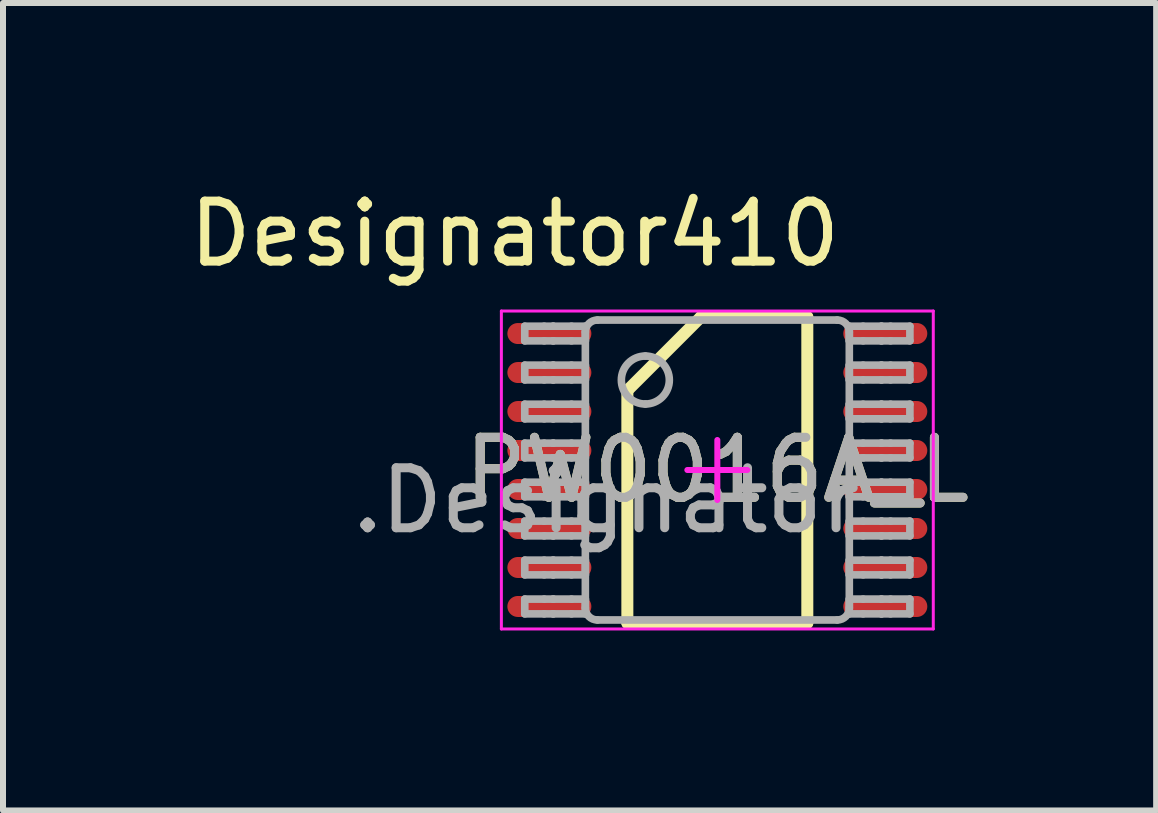
<source format=kicad_pcb>
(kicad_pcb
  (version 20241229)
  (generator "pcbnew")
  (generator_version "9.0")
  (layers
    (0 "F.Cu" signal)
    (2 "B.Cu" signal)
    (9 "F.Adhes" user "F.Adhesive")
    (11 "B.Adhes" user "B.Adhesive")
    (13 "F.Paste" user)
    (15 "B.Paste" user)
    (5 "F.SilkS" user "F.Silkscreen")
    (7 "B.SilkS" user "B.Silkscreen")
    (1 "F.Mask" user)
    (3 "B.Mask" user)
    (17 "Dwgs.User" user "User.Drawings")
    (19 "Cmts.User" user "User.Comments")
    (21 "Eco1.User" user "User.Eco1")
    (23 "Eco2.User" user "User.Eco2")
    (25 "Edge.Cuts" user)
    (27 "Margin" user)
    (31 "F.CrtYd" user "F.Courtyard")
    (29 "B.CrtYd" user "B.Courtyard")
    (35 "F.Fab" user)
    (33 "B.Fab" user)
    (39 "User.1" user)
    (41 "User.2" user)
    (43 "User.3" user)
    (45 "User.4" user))
  (footprint "PW0016A_L"
    (layer "F.Cu")
    (at 8.908 4.785)
    (property "Reference" "PW0016A_L" (at 0 0 0) (unlocked yes) (layer "F.SilkS") (effects (font (size 1 1) (thickness 0.15))))
    (attr smd)
    (fp_line (start -1.5 -1.325) (end -0.275 -2.55) (stroke (width 0.2) (type solid)) (layer "F.SilkS"))
    (fp_line (start -1.5 2.55) (end -1.5 -1.325) (stroke (width 0.2) (type solid)) (layer "F.SilkS"))
    (fp_line (start -1.5 2.55) (end 1.5 2.55) (stroke (width 0.2) (type solid)) (layer "F.SilkS"))
    (fp_line (start -0.275 -2.55) (end 1.5 -2.55) (stroke (width 0.2) (type solid)) (layer "F.SilkS"))
    (fp_line (start 1.5 2.55) (end 1.5 -2.55) (stroke (width 0.2) (type solid)) (layer "F.SilkS"))
    (fp_line (start -3.6 -2.65) (end 3.6 -2.65) (stroke (width 0.05) (type solid)) (layer "F.CrtYd"))
    (fp_line (start -3.6 2.65) (end -3.6 -2.65) (stroke (width 0.05) (type solid)) (layer "F.CrtYd"))
    (fp_line (start -3.6 2.65) (end 3.6 2.65) (stroke (width 0.05) (type solid)) (layer "F.CrtYd"))
    (fp_line (start -0.5 -0.000003) (end 0.5 -0.000003) (stroke (width 0.1) (type solid)) (layer "F.CrtYd"))
    (fp_line (start 0 0.5) (end 0 -0.5) (stroke (width 0.1) (type solid)) (layer "F.CrtYd"))
    (fp_line (start 3.6 2.65) (end 3.6 -2.65) (stroke (width 0.05) (type solid)) (layer "F.CrtYd"))
    (fp_line (start -3.21 -2.397) (end -2.887 -2.397) (stroke (width 0.127) (type solid)) (layer "F.Fab"))
    (fp_line (start -3.21 -2.153) (end -3.21 -2.397) (stroke (width 0.127) (type solid)) (layer "F.Fab"))
    (fp_line (start -3.21 -2.153) (end -2.887 -2.153) (stroke (width 0.127) (type solid)) (layer "F.Fab"))
    (fp_line (start -3.21 -1.748) (end -2.887 -1.748) (stroke (width 0.127) (type solid)) (layer "F.Fab"))
    (fp_line (start -3.21 -1.502) (end -3.21 -1.748) (stroke (width 0.127) (type solid)) (layer "F.Fab"))
    (fp_line (start -3.21 -1.502) (end -2.887 -1.502) (stroke (width 0.127) (type solid)) (layer "F.Fab"))
    (fp_line (start -3.21 -1.097) (end -2.887 -1.097) (stroke (width 0.127) (type solid)) (layer "F.Fab"))
    (fp_line (start -3.21 -0.853) (end -3.21 -1.097) (stroke (width 0.127) (type solid)) (layer "F.Fab"))
    (fp_line (start -3.21 -0.853) (end -2.887 -0.853) (stroke (width 0.127) (type solid)) (layer "F.Fab"))
    (fp_line (start -3.21 -0.448) (end -2.887 -0.448) (stroke (width 0.127) (type solid)) (layer "F.Fab"))
    (fp_line (start -3.21 -0.202) (end -3.21 -0.448) (stroke (width 0.127) (type solid)) (layer "F.Fab"))
    (fp_line (start -3.21 -0.202) (end -2.887 -0.202) (stroke (width 0.127) (type solid)) (layer "F.Fab"))
    (fp_line (start -3.21 0.203) (end -2.887 0.203) (stroke (width 0.127) (type solid)) (layer "F.Fab"))
    (fp_line (start -3.21 0.447) (end -3.21 0.203) (stroke (width 0.127) (type solid)) (layer "F.Fab"))
    (fp_line (start -3.21 0.447) (end -2.887 0.447) (stroke (width 0.127) (type solid)) (layer "F.Fab"))
    (fp_line (start -3.21 0.852) (end -2.887 0.852) (stroke (width 0.127) (type solid)) (layer "F.Fab"))
    (fp_line (start -3.21 1.098) (end -3.21 0.852) (stroke (width 0.127) (type solid)) (layer "F.Fab"))
    (fp_line (start -3.21 1.098) (end -2.887 1.098) (stroke (width 0.127) (type solid)) (layer "F.Fab"))
    (fp_line (start -3.21 1.503) (end -2.887 1.503) (stroke (width 0.127) (type solid)) (layer "F.Fab"))
    (fp_line (start -3.21 1.748) (end -3.21 1.503) (stroke (width 0.127) (type solid)) (layer "F.Fab"))
    (fp_line (start -3.21 1.748) (end -2.887 1.748) (stroke (width 0.127) (type solid)) (layer "F.Fab"))
    (fp_line (start -3.21 2.152) (end -2.887 2.152) (stroke (width 0.127) (type solid)) (layer "F.Fab"))
    (fp_line (start -3.21 2.398) (end -3.21 2.152) (stroke (width 0.127) (type solid)) (layer "F.Fab"))
    (fp_line (start -3.21 2.398) (end -2.887 2.398) (stroke (width 0.127) (type solid)) (layer "F.Fab"))
    (fp_line (start -2.887 -2.397) (end -2.739 -2.397) (stroke (width 0.127) (type solid)) (layer "F.Fab"))
    (fp_line (start -2.887 -2.153) (end -2.739 -2.153) (stroke (width 0.127) (type solid)) (layer "F.Fab"))
    (fp_line (start -2.887 -1.748) (end -2.739 -1.748) (stroke (width 0.127) (type solid)) (layer "F.Fab"))
    (fp_line (start -2.887 -1.502) (end -2.739 -1.502) (stroke (width 0.127) (type solid)) (layer "F.Fab"))
    (fp_line (start -2.887 -1.097) (end -2.739 -1.097) (stroke (width 0.127) (type solid)) (layer "F.Fab"))
    (fp_line (start -2.887 -0.853) (end -2.739 -0.853) (stroke (width 0.127) (type solid)) (layer "F.Fab"))
    (fp_line (start -2.887 -0.448) (end -2.739 -0.448) (stroke (width 0.127) (type solid)) (layer "F.Fab"))
    (fp_line (start -2.887 -0.202) (end -2.739 -0.202) (stroke (width 0.127) (type solid)) (layer "F.Fab"))
    (fp_line (start -2.887 0.203) (end -2.739 0.203) (stroke (width 0.127) (type solid)) (layer "F.Fab"))
    (fp_line (start -2.887 0.447) (end -2.739 0.447) (stroke (width 0.127) (type solid)) (layer "F.Fab"))
    (fp_line (start -2.887 0.852) (end -2.739 0.852) (stroke (width 0.127) (type solid)) (layer "F.Fab"))
    (fp_line (start -2.887 1.098) (end -2.739 1.098) (stroke (width 0.127) (type solid)) (layer "F.Fab"))
    (fp_line (start -2.887 1.503) (end -2.739 1.503) (stroke (width 0.127) (type solid)) (layer "F.Fab"))
    (fp_line (start -2.887 1.748) (end -2.739 1.748) (stroke (width 0.127) (type solid)) (layer "F.Fab"))
    (fp_line (start -2.887 2.152) (end -2.739 2.152) (stroke (width 0.127) (type solid)) (layer "F.Fab"))
    (fp_line (start -2.887 2.398) (end -2.739 2.398) (stroke (width 0.127) (type solid)) (layer "F.Fab"))
    (fp_line (start -2.739 -2.397) (end -2.733 -2.397) (stroke (width 0.127) (type solid)) (layer "F.Fab"))
    (fp_line (start -2.739 -2.153) (end -2.733 -2.153) (stroke (width 0.127) (type solid)) (layer "F.Fab"))
    (fp_line (start -2.739 -1.748) (end -2.733 -1.748) (stroke (width 0.127) (type solid)) (layer "F.Fab"))
    (fp_line (start -2.739 -1.502) (end -2.733 -1.502) (stroke (width 0.127) (type solid)) (layer "F.Fab"))
    (fp_line (start -2.739 -1.097) (end -2.733 -1.097) (stroke (width 0.127) (type solid)) (layer "F.Fab"))
    (fp_line (start -2.739 -0.853) (end -2.733 -0.853) (stroke (width 0.127) (type solid)) (layer "F.Fab"))
    (fp_line (start -2.739 -0.448) (end -2.733 -0.448) (stroke (width 0.127) (type solid)) (layer "F.Fab"))
    (fp_line (start -2.739 -0.202) (end -2.733 -0.202) (stroke (width 0.127) (type solid)) (layer "F.Fab"))
    (fp_line (start -2.739 0.203) (end -2.733 0.203) (stroke (width 0.127) (type solid)) (layer "F.Fab"))
    (fp_line (start -2.739 0.447) (end -2.733 0.447) (stroke (width 0.127) (type solid)) (layer "F.Fab"))
    (fp_line (start -2.739 0.852) (end -2.733 0.852) (stroke (width 0.127) (type solid)) (layer "F.Fab"))
    (fp_line (start -2.739 1.098) (end -2.733 1.098) (stroke (width 0.127) (type solid)) (layer "F.Fab"))
    (fp_line (start -2.739 1.503) (end -2.733 1.503) (stroke (width 0.127) (type solid)) (layer "F.Fab"))
    (fp_line (start -2.739 1.748) (end -2.733 1.748) (stroke (width 0.127) (type solid)) (layer "F.Fab"))
    (fp_line (start -2.739 2.152) (end -2.733 2.152) (stroke (width 0.127) (type solid)) (layer "F.Fab"))
    (fp_line (start -2.739 2.398) (end -2.733 2.398) (stroke (width 0.127) (type solid)) (layer "F.Fab"))
    (fp_line (start -2.733 -2.397) (end -2.431 -2.397) (stroke (width 0.127) (type solid)) (layer "F.Fab"))
    (fp_line (start -2.733 -2.153) (end -2.431 -2.153) (stroke (width 0.127) (type solid)) (layer "F.Fab"))
    (fp_line (start -2.733 -1.748) (end -2.431 -1.748) (stroke (width 0.127) (type solid)) (layer "F.Fab"))
    (fp_line (start -2.733 -1.502) (end -2.431 -1.502) (stroke (width 0.127) (type solid)) (layer "F.Fab"))
    (fp_line (start -2.733 -1.097) (end -2.431 -1.097) (stroke (width 0.127) (type solid)) (layer "F.Fab"))
    (fp_line (start -2.733 -0.853) (end -2.431 -0.853) (stroke (width 0.127) (type solid)) (layer "F.Fab"))
    (fp_line (start -2.733 -0.448) (end -2.431 -0.448) (stroke (width 0.127) (type solid)) (layer "F.Fab"))
    (fp_line (start -2.733 -0.202) (end -2.431 -0.202) (stroke (width 0.127) (type solid)) (layer "F.Fab"))
    (fp_line (start -2.733 0.203) (end -2.431 0.203) (stroke (width 0.127) (type solid)) (layer "F.Fab"))
    (fp_line (start -2.733 0.447) (end -2.431 0.447) (stroke (width 0.127) (type solid)) (layer "F.Fab"))
    (fp_line (start -2.733 0.852) (end -2.431 0.852) (stroke (width 0.127) (type solid)) (layer "F.Fab"))
    (fp_line (start -2.733 1.098) (end -2.431 1.098) (stroke (width 0.127) (type solid)) (layer "F.Fab"))
    (fp_line (start -2.733 1.503) (end -2.431 1.503) (stroke (width 0.127) (type solid)) (layer "F.Fab"))
    (fp_line (start -2.733 1.748) (end -2.431 1.748) (stroke (width 0.127) (type solid)) (layer "F.Fab"))
    (fp_line (start -2.733 2.152) (end -2.431 2.152) (stroke (width 0.127) (type solid)) (layer "F.Fab"))
    (fp_line (start -2.733 2.398) (end -2.431 2.398) (stroke (width 0.127) (type solid)) (layer "F.Fab"))
    (fp_line (start -2.431 -2.397) (end -2.2 -2.397) (stroke (width 0.127) (type solid)) (layer "F.Fab"))
    (fp_line (start -2.431 -2.153) (end -2.2 -2.153) (stroke (width 0.127) (type solid)) (layer "F.Fab"))
    (fp_line (start -2.431 -1.748) (end -2.2 -1.748) (stroke (width 0.127) (type solid)) (layer "F.Fab"))
    (fp_line (start -2.431 -1.502) (end -2.2 -1.502) (stroke (width 0.127) (type solid)) (layer "F.Fab"))
    (fp_line (start -2.431 -1.097) (end -2.2 -1.097) (stroke (width 0.127) (type solid)) (layer "F.Fab"))
    (fp_line (start -2.431 -0.853) (end -2.2 -0.853) (stroke (width 0.127) (type solid)) (layer "F.Fab"))
    (fp_line (start -2.431 -0.448) (end -2.2 -0.448) (stroke (width 0.127) (type solid)) (layer "F.Fab"))
    (fp_line (start -2.431 -0.202) (end -2.2 -0.202) (stroke (width 0.127) (type solid)) (layer "F.Fab"))
    (fp_line (start -2.431 0.203) (end -2.2 0.203) (stroke (width 0.127) (type solid)) (layer "F.Fab"))
    (fp_line (start -2.431 0.447) (end -2.2 0.447) (stroke (width 0.127) (type solid)) (layer "F.Fab"))
    (fp_line (start -2.431 0.852) (end -2.2 0.852) (stroke (width 0.127) (type solid)) (layer "F.Fab"))
    (fp_line (start -2.431 1.098) (end -2.2 1.098) (stroke (width 0.127) (type solid)) (layer "F.Fab"))
    (fp_line (start -2.431 1.503) (end -2.2 1.503) (stroke (width 0.127) (type solid)) (layer "F.Fab"))
    (fp_line (start -2.431 1.748) (end -2.2 1.748) (stroke (width 0.127) (type solid)) (layer "F.Fab"))
    (fp_line (start -2.431 2.152) (end -2.2 2.152) (stroke (width 0.127) (type solid)) (layer "F.Fab"))
    (fp_line (start -2.431 2.398) (end -2.2 2.398) (stroke (width 0.127) (type solid)) (layer "F.Fab"))
    (fp_line (start -2.2 -2.153) (end -2.2 -2.397) (stroke (width 0.127) (type solid)) (layer "F.Fab"))
    (fp_line (start -2.2 -1.502) (end -2.2 -1.748) (stroke (width 0.127) (type solid)) (layer "F.Fab"))
    (fp_line (start -2.2 -0.853) (end -2.2 -1.097) (stroke (width 0.127) (type solid)) (layer "F.Fab"))
    (fp_line (start -2.2 -0.202) (end -2.2 -0.448) (stroke (width 0.127) (type solid)) (layer "F.Fab"))
    (fp_line (start -2.2 0.447) (end -2.2 0.203) (stroke (width 0.127) (type solid)) (layer "F.Fab"))
    (fp_line (start -2.2 1.098) (end -2.2 0.852) (stroke (width 0.127) (type solid)) (layer "F.Fab"))
    (fp_line (start -2.2 1.748) (end -2.2 1.503) (stroke (width 0.127) (type solid)) (layer "F.Fab"))
    (fp_line (start -2.2 2.3) (end -2.2 -2.3) (stroke (width 0.127) (type solid)) (layer "F.Fab"))
    (fp_line (start -2.2 2.398) (end -2.2 2.152) (stroke (width 0.127) (type solid)) (layer "F.Fab"))
    (fp_line (start -2 -2.5) (end 2 -2.5) (stroke (width 0.127) (type solid)) (layer "F.Fab"))
    (fp_line (start -2 2.5) (end 2 2.5) (stroke (width 0.127) (type solid)) (layer "F.Fab"))
    (fp_line (start 2.2 -2.397) (end 2.43 -2.397) (stroke (width 0.127) (type solid)) (layer "F.Fab"))
    (fp_line (start 2.2 -2.153) (end 2.2 -2.397) (stroke (width 0.127) (type solid)) (layer "F.Fab"))
    (fp_line (start 2.2 -2.153) (end 2.43 -2.153) (stroke (width 0.127) (type solid)) (layer "F.Fab"))
    (fp_line (start 2.2 -1.748) (end 2.43 -1.748) (stroke (width 0.127) (type solid)) (layer "F.Fab"))
    (fp_line (start 2.2 -1.502) (end 2.2 -1.748) (stroke (width 0.127) (type solid)) (layer "F.Fab"))
    (fp_line (start 2.2 -1.502) (end 2.43 -1.502) (stroke (width 0.127) (type solid)) (layer "F.Fab"))
    (fp_line (start 2.2 -1.097) (end 2.43 -1.097) (stroke (width 0.127) (type solid)) (layer "F.Fab"))
    (fp_line (start 2.2 -0.853) (end 2.2 -1.097) (stroke (width 0.127) (type solid)) (layer "F.Fab"))
    (fp_line (start 2.2 -0.853) (end 2.43 -0.853) (stroke (width 0.127) (type solid)) (layer "F.Fab"))
    (fp_line (start 2.2 -0.448) (end 2.43 -0.448) (stroke (width 0.127) (type solid)) (layer "F.Fab"))
    (fp_line (start 2.2 -0.202) (end 2.2 -0.448) (stroke (width 0.127) (type solid)) (layer "F.Fab"))
    (fp_line (start 2.2 -0.202) (end 2.43 -0.202) (stroke (width 0.127) (type solid)) (layer "F.Fab"))
    (fp_line (start 2.2 0.203) (end 2.43 0.203) (stroke (width 0.127) (type solid)) (layer "F.Fab"))
    (fp_line (start 2.2 0.447) (end 2.2 0.203) (stroke (width 0.127) (type solid)) (layer "F.Fab"))
    (fp_line (start 2.2 0.447) (end 2.43 0.447) (stroke (width 0.127) (type solid)) (layer "F.Fab"))
    (fp_line (start 2.2 0.852) (end 2.43 0.852) (stroke (width 0.127) (type solid)) (layer "F.Fab"))
    (fp_line (start 2.2 1.098) (end 2.2 0.852) (stroke (width 0.127) (type solid)) (layer "F.Fab"))
    (fp_line (start 2.2 1.098) (end 2.43 1.098) (stroke (width 0.127) (type solid)) (layer "F.Fab"))
    (fp_line (start 2.2 1.503) (end 2.43 1.503) (stroke (width 0.127) (type solid)) (layer "F.Fab"))
    (fp_line (start 2.2 1.748) (end 2.2 1.503) (stroke (width 0.127) (type solid)) (layer "F.Fab"))
    (fp_line (start 2.2 1.748) (end 2.43 1.748) (stroke (width 0.127) (type solid)) (layer "F.Fab"))
    (fp_line (start 2.2 2.152) (end 2.43 2.152) (stroke (width 0.127) (type solid)) (layer "F.Fab"))
    (fp_line (start 2.2 2.3) (end 2.2 -2.3) (stroke (width 0.127) (type solid)) (layer "F.Fab"))
    (fp_line (start 2.2 2.398) (end 2.2 2.152) (stroke (width 0.127) (type solid)) (layer "F.Fab"))
    (fp_line (start 2.2 2.398) (end 2.43 2.398) (stroke (width 0.127) (type solid)) (layer "F.Fab"))
    (fp_line (start 2.43 -2.397) (end 2.733 -2.397) (stroke (width 0.127) (type solid)) (layer "F.Fab"))
    (fp_line (start 2.43 -2.153) (end 2.733 -2.153) (stroke (width 0.127) (type solid)) (layer "F.Fab"))
    (fp_line (start 2.43 -1.748) (end 2.733 -1.748) (stroke (width 0.127) (type solid)) (layer "F.Fab"))
    (fp_line (start 2.43 -1.502) (end 2.733 -1.502) (stroke (width 0.127) (type solid)) (layer "F.Fab"))
    (fp_line (start 2.43 -1.097) (end 2.733 -1.097) (stroke (width 0.127) (type solid)) (layer "F.Fab"))
    (fp_line (start 2.43 -0.853) (end 2.733 -0.853) (stroke (width 0.127) (type solid)) (layer "F.Fab"))
    (fp_line (start 2.43 -0.448) (end 2.733 -0.448) (stroke (width 0.127) (type solid)) (layer "F.Fab"))
    (fp_line (start 2.43 -0.202) (end 2.733 -0.202) (stroke (width 0.127) (type solid)) (layer "F.Fab"))
    (fp_line (start 2.43 0.203) (end 2.733 0.203) (stroke (width 0.127) (type solid)) (layer "F.Fab"))
    (fp_line (start 2.43 0.447) (end 2.733 0.447) (stroke (width 0.127) (type solid)) (layer "F.Fab"))
    (fp_line (start 2.43 0.852) (end 2.733 0.852) (stroke (width 0.127) (type solid)) (layer "F.Fab"))
    (fp_line (start 2.43 1.098) (end 2.733 1.098) (stroke (width 0.127) (type solid)) (layer "F.Fab"))
    (fp_line (start 2.43 1.503) (end 2.733 1.503) (stroke (width 0.127) (type solid)) (layer "F.Fab"))
    (fp_line (start 2.43 1.748) (end 2.733 1.748) (stroke (width 0.127) (type solid)) (layer "F.Fab"))
    (fp_line (start 2.43 2.152) (end 2.733 2.152) (stroke (width 0.127) (type solid)) (layer "F.Fab"))
    (fp_line (start 2.43 2.398) (end 2.733 2.398) (stroke (width 0.127) (type solid)) (layer "F.Fab"))
    (fp_line (start 2.733 -2.397) (end 2.739 -2.397) (stroke (width 0.127) (type solid)) (layer "F.Fab"))
    (fp_line (start 2.733 -2.153) (end 2.739 -2.153) (stroke (width 0.127) (type solid)) (layer "F.Fab"))
    (fp_line (start 2.733 -1.748) (end 2.739 -1.748) (stroke (width 0.127) (type solid)) (layer "F.Fab"))
    (fp_line (start 2.733 -1.502) (end 2.739 -1.502) (stroke (width 0.127) (type solid)) (layer "F.Fab"))
    (fp_line (start 2.733 -1.097) (end 2.739 -1.097) (stroke (width 0.127) (type solid)) (layer "F.Fab"))
    (fp_line (start 2.733 -0.853) (end 2.739 -0.853) (stroke (width 0.127) (type solid)) (layer "F.Fab"))
    (fp_line (start 2.733 -0.448) (end 2.739 -0.448) (stroke (width 0.127) (type solid)) (layer "F.Fab"))
    (fp_line (start 2.733 -0.202) (end 2.739 -0.202) (stroke (width 0.127) (type solid)) (layer "F.Fab"))
    (fp_line (start 2.733 0.203) (end 2.739 0.203) (stroke (width 0.127) (type solid)) (layer "F.Fab"))
    (fp_line (start 2.733 0.447) (end 2.739 0.447) (stroke (width 0.127) (type solid)) (layer "F.Fab"))
    (fp_line (start 2.733 0.852) (end 2.739 0.852) (stroke (width 0.127) (type solid)) (layer "F.Fab"))
    (fp_line (start 2.733 1.098) (end 2.739 1.098) (stroke (width 0.127) (type solid)) (layer "F.Fab"))
    (fp_line (start 2.733 1.503) (end 2.739 1.503) (stroke (width 0.127) (type solid)) (layer "F.Fab"))
    (fp_line (start 2.733 1.748) (end 2.739 1.748) (stroke (width 0.127) (type solid)) (layer "F.Fab"))
    (fp_line (start 2.733 2.152) (end 2.739 2.152) (stroke (width 0.127) (type solid)) (layer "F.Fab"))
    (fp_line (start 2.733 2.398) (end 2.739 2.398) (stroke (width 0.127) (type solid)) (layer "F.Fab"))
    (fp_line (start 2.739 -2.397) (end 2.887 -2.397) (stroke (width 0.127) (type solid)) (layer "F.Fab"))
    (fp_line (start 2.739 -2.153) (end 2.887 -2.153) (stroke (width 0.127) (type solid)) (layer "F.Fab"))
    (fp_line (start 2.739 -1.748) (end 2.887 -1.748) (stroke (width 0.127) (type solid)) (layer "F.Fab"))
    (fp_line (start 2.739 -1.502) (end 2.887 -1.502) (stroke (width 0.127) (type solid)) (layer "F.Fab"))
    (fp_line (start 2.739 -1.097) (end 2.887 -1.097) (stroke (width 0.127) (type solid)) (layer "F.Fab"))
    (fp_line (start 2.739 -0.853) (end 2.887 -0.853) (stroke (width 0.127) (type solid)) (layer "F.Fab"))
    (fp_line (start 2.739 -0.448) (end 2.887 -0.448) (stroke (width 0.127) (type solid)) (layer "F.Fab"))
    (fp_line (start 2.739 -0.202) (end 2.887 -0.202) (stroke (width 0.127) (type solid)) (layer "F.Fab"))
    (fp_line (start 2.739 0.203) (end 2.887 0.203) (stroke (width 0.127) (type solid)) (layer "F.Fab"))
    (fp_line (start 2.739 0.447) (end 2.887 0.447) (stroke (width 0.127) (type solid)) (layer "F.Fab"))
    (fp_line (start 2.739 0.852) (end 2.887 0.852) (stroke (width 0.127) (type solid)) (layer "F.Fab"))
    (fp_line (start 2.739 1.098) (end 2.887 1.098) (stroke (width 0.127) (type solid)) (layer "F.Fab"))
    (fp_line (start 2.739 1.503) (end 2.887 1.503) (stroke (width 0.127) (type solid)) (layer "F.Fab"))
    (fp_line (start 2.739 1.748) (end 2.887 1.748) (stroke (width 0.127) (type solid)) (layer "F.Fab"))
    (fp_line (start 2.739 2.152) (end 2.887 2.152) (stroke (width 0.127) (type solid)) (layer "F.Fab"))
    (fp_line (start 2.739 2.398) (end 2.887 2.398) (stroke (width 0.127) (type solid)) (layer "F.Fab"))
    (fp_line (start 2.887 -2.397) (end 3.21 -2.397) (stroke (width 0.127) (type solid)) (layer "F.Fab"))
    (fp_line (start 2.887 -2.153) (end 3.21 -2.153) (stroke (width 0.127) (type solid)) (layer "F.Fab"))
    (fp_line (start 2.887 -1.748) (end 3.21 -1.748) (stroke (width 0.127) (type solid)) (layer "F.Fab"))
    (fp_line (start 2.887 -1.502) (end 3.21 -1.502) (stroke (width 0.127) (type solid)) (layer "F.Fab"))
    (fp_line (start 2.887 -1.097) (end 3.21 -1.097) (stroke (width 0.127) (type solid)) (layer "F.Fab"))
    (fp_line (start 2.887 -0.853) (end 3.21 -0.853) (stroke (width 0.127) (type solid)) (layer "F.Fab"))
    (fp_line (start 2.887 -0.448) (end 3.21 -0.448) (stroke (width 0.127) (type solid)) (layer "F.Fab"))
    (fp_line (start 2.887 -0.202) (end 3.21 -0.202) (stroke (width 0.127) (type solid)) (layer "F.Fab"))
    (fp_line (start 2.887 0.203) (end 3.21 0.203) (stroke (width 0.127) (type solid)) (layer "F.Fab"))
    (fp_line (start 2.887 0.447) (end 3.21 0.447) (stroke (width 0.127) (type solid)) (layer "F.Fab"))
    (fp_line (start 2.887 0.852) (end 3.21 0.852) (stroke (width 0.127) (type solid)) (layer "F.Fab"))
    (fp_line (start 2.887 1.098) (end 3.21 1.098) (stroke (width 0.127) (type solid)) (layer "F.Fab"))
    (fp_line (start 2.887 1.503) (end 3.21 1.503) (stroke (width 0.127) (type solid)) (layer "F.Fab"))
    (fp_line (start 2.887 1.748) (end 3.21 1.748) (stroke (width 0.127) (type solid)) (layer "F.Fab"))
    (fp_line (start 2.887 2.152) (end 3.21 2.152) (stroke (width 0.127) (type solid)) (layer "F.Fab"))
    (fp_line (start 2.887 2.398) (end 3.21 2.398) (stroke (width 0.127) (type solid)) (layer "F.Fab"))
    (fp_line (start 3.21 -2.153) (end 3.21 -2.397) (stroke (width 0.127) (type solid)) (layer "F.Fab"))
    (fp_line (start 3.21 -1.502) (end 3.21 -1.748) (stroke (width 0.127) (type solid)) (layer "F.Fab"))
    (fp_line (start 3.21 -0.853) (end 3.21 -1.097) (stroke (width 0.127) (type solid)) (layer "F.Fab"))
    (fp_line (start 3.21 -0.202) (end 3.21 -0.448) (stroke (width 0.127) (type solid)) (layer "F.Fab"))
    (fp_line (start 3.21 0.447) (end 3.21 0.203) (stroke (width 0.127) (type solid)) (layer "F.Fab"))
    (fp_line (start 3.21 1.098) (end 3.21 0.852) (stroke (width 0.127) (type solid)) (layer "F.Fab"))
    (fp_line (start 3.21 1.748) (end 3.21 1.503) (stroke (width 0.127) (type solid)) (layer "F.Fab"))
    (fp_line (start 3.21 2.398) (end 3.21 2.152) (stroke (width 0.127) (type solid)) (layer "F.Fab"))
    (fp_arc (start -2.200001 -2.3) (mid -2.141422 -2.441421) (end -2.000001 -2.5) (stroke (width 0.127) (type solid)) (layer "F.Fab"))
    (fp_arc (start -2.000001 2.500015) (mid -2.141422 2.441437) (end -2.200001 2.300016) (stroke (width 0.127) (type solid)) (layer "F.Fab"))
    (fp_arc (start -1.200003 -1.900001) (mid -0.800003 -1.500002) (end -1.200003 -1.100003) (stroke (width 0.127) (type solid)) (layer "F.Fab"))
    (fp_arc (start -1.200003 -1.100003) (mid -1.600002 -1.500002) (end -1.200003 -1.900001) (stroke (width 0.127) (type solid)) (layer "F.Fab"))
    (fp_arc (start 1.999991 -2.5) (mid 2.141412 -2.441422) (end 2.199991 -2.3) (stroke (width 0.127) (type solid)) (layer "F.Fab"))
    (fp_arc (start 2.199991 2.300016) (mid 2.141412 2.441437) (end 1.999991 2.500015) (stroke (width 0.127) (type solid)) (layer "F.Fab"))
    (fp_text user "Designator410" (at -3.378 -3.937 0) (unlocked yes) (layer "F.SilkS") (effects (font (size 1 1) (thickness 0.15))))
    (fp_text user ".Designator" (at -1.854 0.508 0) (unlocked yes) (layer "F.Fab") (effects (font (size 1 1) (thickness 0.15))))
    (fp_text user "${REFERENCE}" (at 0 0 0) (unlocked yes) (layer "F.Fab") (effects (font (size 1 1) (thickness 0.15))))
    (pad "1" smd oval (at -2.8 -2.275 90) (size 0.35 1.4) (layers "F.Cu" "F.Mask" "F.Paste"))
    (pad "2" smd oval (at -2.8 -1.625 90) (size 0.35 1.4) (layers "F.Cu" "F.Mask" "F.Paste"))
    (pad "3" smd oval (at -2.8 -0.975 90) (size 0.35 1.4) (layers "F.Cu" "F.Mask" "F.Paste"))
    (pad "4" smd oval (at -2.8 -0.325 90) (size 0.35 1.4) (layers "F.Cu" "F.Mask" "F.Paste"))
    (pad "5" smd oval (at -2.8 0.325 90) (size 0.35 1.4) (layers "F.Cu" "F.Mask" "F.Paste"))
    (pad "6" smd oval (at -2.8 0.975 90) (size 0.35 1.4) (layers "F.Cu" "F.Mask" "F.Paste"))
    (pad "7" smd oval (at -2.8 1.625 90) (size 0.35 1.4) (layers "F.Cu" "F.Mask" "F.Paste"))
    (pad "8" smd oval (at -2.8 2.275 90) (size 0.35 1.4) (layers "F.Cu" "F.Mask" "F.Paste"))
    (pad "9" smd oval (at 2.8 2.275 90) (size 0.35 1.4) (layers "F.Cu" "F.Mask" "F.Paste"))
    (pad "10" smd oval (at 2.8 1.625 90) (size 0.35 1.4) (layers "F.Cu" "F.Mask" "F.Paste"))
    (pad "11" smd oval (at 2.8 0.975 90) (size 0.35 1.4) (layers "F.Cu" "F.Mask" "F.Paste"))
    (pad "12" smd oval (at 2.8 0.325 90) (size 0.35 1.4) (layers "F.Cu" "F.Mask" "F.Paste"))
    (pad "13" smd oval (at 2.8 -0.325 90) (size 0.35 1.4) (layers "F.Cu" "F.Mask" "F.Paste"))
    (pad "14" smd oval (at 2.8 -0.975 90) (size 0.35 1.4) (layers "F.Cu" "F.Mask" "F.Paste"))
    (pad "15" smd oval (at 2.8 -1.625 90) (size 0.35 1.4) (layers "F.Cu" "F.Mask" "F.Paste"))
    (pad "16" smd oval (at 2.8 -2.275 90) (size 0.35 1.4) (layers "F.Cu" "F.Mask" "F.Paste")))
  (gr_rect
    (start -3 -3)
    (end 16.223 10.46)
    (stroke (width 0.1) (type default))
    (fill no)
    (layer "Edge.Cuts")))
</source>
